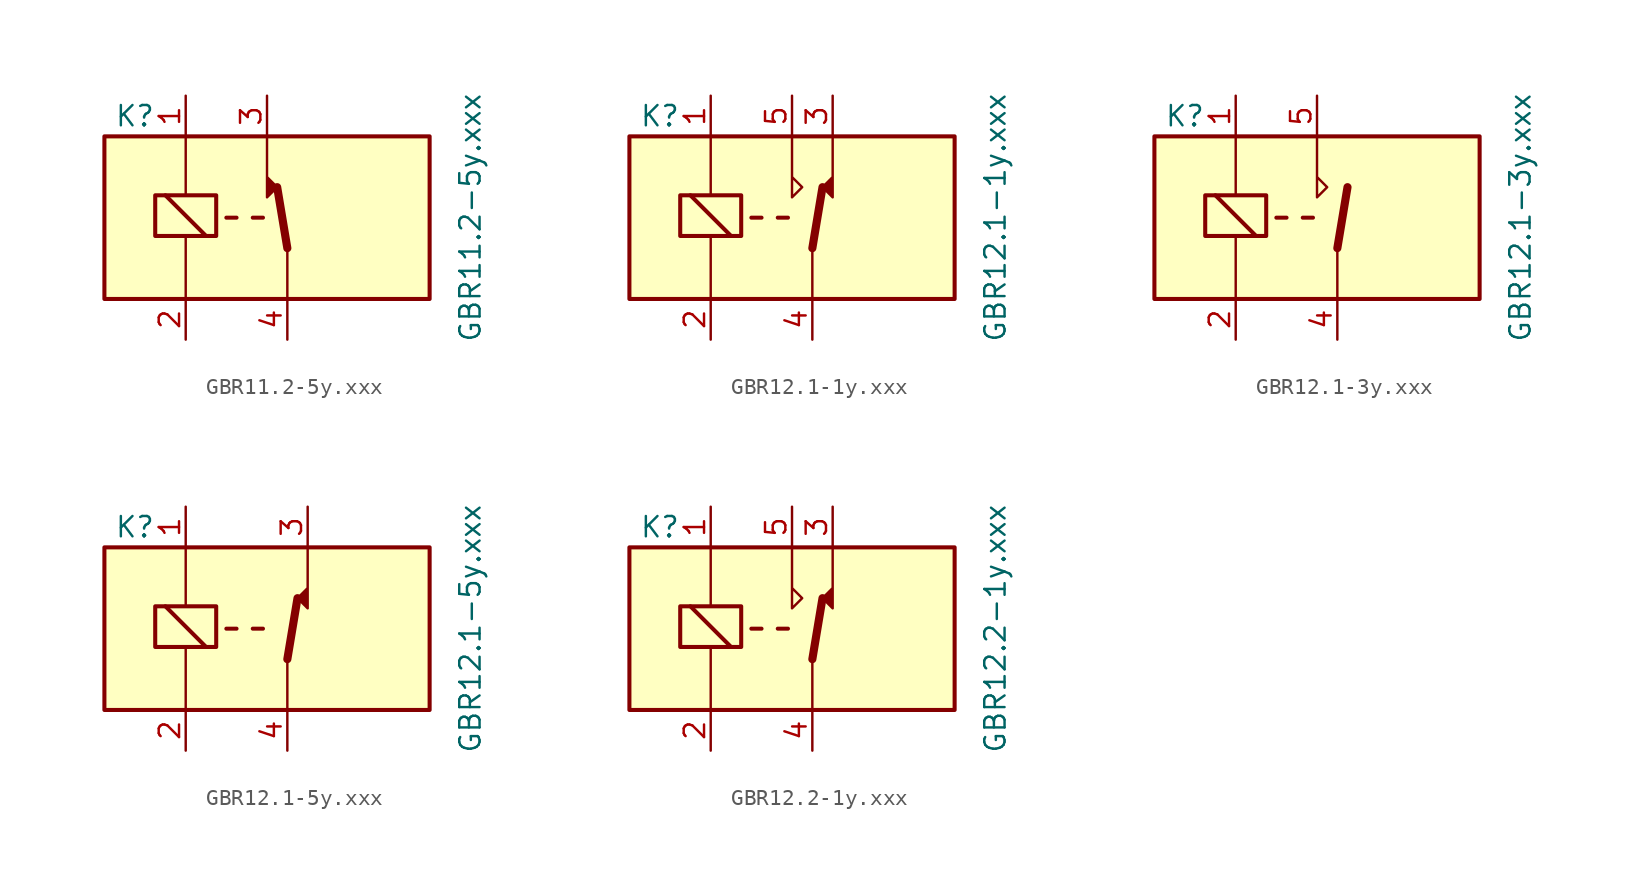
<source format=kicad_sym>
(kicad_symbol_lib
  (version 20211014)
  (generator kicad_symbol_editor)
  (symbol "GBR11.2-5y.xxx"
    (property "Reference" "K"
      (at -9.525 6.35 0)
      (effects (font (size 1.27 1.27))))
    (property "Value" "GBR11.2-5y.xxx"
      (at 11.43 0 90)
      (effects (font (size 1.27 1.27))))
    (symbol "GBR11.2-5y.xxx_1_1"
      (rectangle (start -11.43 5.08) (end 8.89 -5.08) (stroke (width 0.254) (type default) (color 0 0 0 0)) (fill (type background)))
      (rectangle (start -8.255 -1.143) (end -4.445 1.397) (stroke (width 0.254) (type default) (color 0 0 0 0)) (fill (type none)))
      (polyline (pts (xy -6.35 -1.27) (xy -6.35 -4.953)) (stroke (width 0) (type default) (color 0 0 0 0)) (fill (type none)))
      (polyline (pts (xy -6.35 5.08) (xy -6.35 1.397)) (stroke (width 0) (type default) (color 0 0 0 0)) (fill (type none)))
      (polyline (pts (xy -5.08 -1.143) (xy -7.62 1.397)) (stroke (width 0.254) (type default) (color 0 0 0 0)) (fill (type none)))
      (polyline (pts (xy -3.175 0) (xy -3.81 0)) (stroke (width 0.254) (type default) (color 0 0 0 0)) (fill (type none)))
      (polyline (pts (xy -1.524 0) (xy -2.159 0)) (stroke (width 0.254) (type default) (color 0 0 0 0)) (fill (type none)))
      (polyline (pts (xy 0 -1.905) (xy -0.635 1.905)) (stroke (width 0.508) (type default) (color 0 0 0 0)) (fill (type none)))
      (polyline (pts (xy 0 -1.905) (xy 0 -5.08)) (stroke (width 0) (type default) (color 0 0 0 0)) (fill (type none)))
      (polyline (pts (xy -1.27 5.08) (xy -1.27 1.27) (xy -0.635 1.905) (xy -1.27 2.54)) (stroke (width 0) (type default) (color 0 0 0 0)) (fill (type outline)))
      (pin passive line (at -6.35 7.62 270) (length 2.54) (name "~" (effects (font (size 1.27 1.27)))) (number "1" (effects (font (size 1.27 1.27)))))
      (pin passive line (at -6.35 -7.62 90) (length 2.54) (name "~" (effects (font (size 1.27 1.27)))) (number "2" (effects (font (size 1.27 1.27)))))
      (pin passive line (at -1.27 7.62 270) (length 2.54) (name "~" (effects (font (size 1.27 1.27)))) (number "3" (effects (font (size 1.27 1.27)))))
      (pin passive line (at 0 -7.62 90) (length 2.54) (name "~" (effects (font (size 1.27 1.27)))) (number "4" (effects (font (size 1.27 1.27)))))))
  (symbol "GBR12.1-1y.xxx"
    (property "Reference" "K"
      (at -9.525 6.35 0)
      (effects (font (size 1.27 1.27))))
    (property "Value" "GBR12.1-1y.xxx"
      (at 11.43 0 90)
      (effects (font (size 1.27 1.27))))
    (symbol "GBR12.1-1y.xxx_1_1"
      (rectangle (start -11.43 5.08) (end 8.89 -5.08) (stroke (width 0.254) (type default) (color 0 0 0 0)) (fill (type background)))
      (rectangle (start -8.255 -1.143) (end -4.445 1.397) (stroke (width 0.254) (type default) (color 0 0 0 0)) (fill (type none)))
      (polyline (pts (xy -6.35 -1.27) (xy -6.35 -4.953)) (stroke (width 0) (type default) (color 0 0 0 0)) (fill (type none)))
      (polyline (pts (xy -6.35 5.08) (xy -6.35 1.397)) (stroke (width 0) (type default) (color 0 0 0 0)) (fill (type none)))
      (polyline (pts (xy -5.08 -1.143) (xy -7.62 1.397)) (stroke (width 0.254) (type default) (color 0 0 0 0)) (fill (type none)))
      (polyline (pts (xy -3.175 0) (xy -3.81 0)) (stroke (width 0.254) (type default) (color 0 0 0 0)) (fill (type none)))
      (polyline (pts (xy -1.524 0) (xy -2.159 0)) (stroke (width 0.254) (type default) (color 0 0 0 0)) (fill (type none)))
      (polyline (pts (xy 0 -1.905) (xy 0 -5.08)) (stroke (width 0) (type default) (color 0 0 0 0)) (fill (type none)))
      (polyline (pts (xy 0 -1.905) (xy 0.635 1.905)) (stroke (width 0.508) (type default) (color 0 0 0 0)) (fill (type none)))
      (polyline (pts (xy -1.27 5.08) (xy -1.27 1.27) (xy -0.635 1.905) (xy -1.27 2.54)) (stroke (width 0) (type default) (color 0 0 0 0)) (fill (type none)))
      (polyline (pts (xy 1.27 5.08) (xy 1.27 1.27) (xy 0.635 1.905) (xy 1.27 2.54)) (stroke (width 0) (type default) (color 0 0 0 0)) (fill (type outline)))
      (pin passive line (at -6.35 7.62 270) (length 2.54) (name "~" (effects (font (size 1.27 1.27)))) (number "1" (effects (font (size 1.27 1.27)))))
      (pin passive line (at -6.35 -7.62 90) (length 2.54) (name "~" (effects (font (size 1.27 1.27)))) (number "2" (effects (font (size 1.27 1.27)))))
      (pin passive line (at 1.27 7.62 270) (length 2.54) (name "~" (effects (font (size 1.27 1.27)))) (number "3" (effects (font (size 1.27 1.27)))))
      (pin passive line (at 0 -7.62 90) (length 2.54) (name "~" (effects (font (size 1.27 1.27)))) (number "4" (effects (font (size 1.27 1.27)))))
      (pin passive line (at -1.27 7.62 270) (length 2.54) (name "~" (effects (font (size 1.27 1.27)))) (number "5" (effects (font (size 1.27 1.27)))))))
  (symbol "GBR12.1-3y.xxx"
    (property "Reference" "K"
      (at -9.525 6.35 0)
      (effects (font (size 1.27 1.27))))
    (property "Value" "GBR12.1-3y.xxx"
      (at 11.43 0 90)
      (effects (font (size 1.27 1.27))))
    (symbol "GBR12.1-3y.xxx_1_1"
      (rectangle (start -11.43 5.08) (end 8.89 -5.08) (stroke (width 0.254) (type default) (color 0 0 0 0)) (fill (type background)))
      (rectangle (start -8.255 -1.143) (end -4.445 1.397) (stroke (width 0.254) (type default) (color 0 0 0 0)) (fill (type none)))
      (polyline (pts (xy -6.35 -1.27) (xy -6.35 -4.953)) (stroke (width 0) (type default) (color 0 0 0 0)) (fill (type none)))
      (polyline (pts (xy -6.35 5.08) (xy -6.35 1.397)) (stroke (width 0) (type default) (color 0 0 0 0)) (fill (type none)))
      (polyline (pts (xy -5.08 -1.143) (xy -7.62 1.397)) (stroke (width 0.254) (type default) (color 0 0 0 0)) (fill (type none)))
      (polyline (pts (xy -3.175 0) (xy -3.81 0)) (stroke (width 0.254) (type default) (color 0 0 0 0)) (fill (type none)))
      (polyline (pts (xy -1.524 0) (xy -2.159 0)) (stroke (width 0.254) (type default) (color 0 0 0 0)) (fill (type none)))
      (polyline (pts (xy 0 -1.905) (xy 0 -5.08)) (stroke (width 0) (type default) (color 0 0 0 0)) (fill (type none)))
      (polyline (pts (xy 0 -1.905) (xy 0.635 1.905)) (stroke (width 0.508) (type default) (color 0 0 0 0)) (fill (type none)))
      (polyline (pts (xy -1.27 5.08) (xy -1.27 1.27) (xy -0.635 1.905) (xy -1.27 2.54)) (stroke (width 0) (type default) (color 0 0 0 0)) (fill (type none)))
      (pin passive line (at -6.35 7.62 270) (length 2.54) (name "~" (effects (font (size 1.27 1.27)))) (number "1" (effects (font (size 1.27 1.27)))))
      (pin passive line (at -6.35 -7.62 90) (length 2.54) (name "~" (effects (font (size 1.27 1.27)))) (number "2" (effects (font (size 1.27 1.27)))))
      (pin passive line (at 0 -7.62 90) (length 2.54) (name "~" (effects (font (size 1.27 1.27)))) (number "4" (effects (font (size 1.27 1.27)))))
      (pin passive line (at -1.27 7.62 270) (length 2.54) (name "~" (effects (font (size 1.27 1.27)))) (number "5" (effects (font (size 1.27 1.27)))))))
  (symbol "GBR12.1-5y.xxx"
    (property "Reference" "K"
      (at -9.525 6.35 0)
      (effects (font (size 1.27 1.27))))
    (property "Value" "GBR12.1-5y.xxx"
      (at 11.43 0 90)
      (effects (font (size 1.27 1.27))))
    (symbol "GBR12.1-5y.xxx_1_1"
      (rectangle (start -11.43 5.08) (end 8.89 -5.08) (stroke (width 0.254) (type default) (color 0 0 0 0)) (fill (type background)))
      (rectangle (start -8.255 -1.143) (end -4.445 1.397) (stroke (width 0.254) (type default) (color 0 0 0 0)) (fill (type none)))
      (polyline (pts (xy -6.35 -1.27) (xy -6.35 -4.953)) (stroke (width 0) (type default) (color 0 0 0 0)) (fill (type none)))
      (polyline (pts (xy -6.35 5.08) (xy -6.35 1.397)) (stroke (width 0) (type default) (color 0 0 0 0)) (fill (type none)))
      (polyline (pts (xy -5.08 -1.143) (xy -7.62 1.397)) (stroke (width 0.254) (type default) (color 0 0 0 0)) (fill (type none)))
      (polyline (pts (xy -3.175 0) (xy -3.81 0)) (stroke (width 0.254) (type default) (color 0 0 0 0)) (fill (type none)))
      (polyline (pts (xy -1.524 0) (xy -2.159 0)) (stroke (width 0.254) (type default) (color 0 0 0 0)) (fill (type none)))
      (polyline (pts (xy 0 -1.905) (xy 0 -5.08)) (stroke (width 0) (type default) (color 0 0 0 0)) (fill (type none)))
      (polyline (pts (xy 0 -1.905) (xy 0.635 1.905)) (stroke (width 0.508) (type default) (color 0 0 0 0)) (fill (type none)))
      (polyline (pts (xy 1.27 5.08) (xy 1.27 1.27) (xy 0.635 1.905) (xy 1.27 2.54)) (stroke (width 0) (type default) (color 0 0 0 0)) (fill (type outline)))
      (pin passive line (at -6.35 7.62 270) (length 2.54) (name "~" (effects (font (size 1.27 1.27)))) (number "1" (effects (font (size 1.27 1.27)))))
      (pin passive line (at -6.35 -7.62 90) (length 2.54) (name "~" (effects (font (size 1.27 1.27)))) (number "2" (effects (font (size 1.27 1.27)))))
      (pin passive line (at 1.27 7.62 270) (length 2.54) (name "~" (effects (font (size 1.27 1.27)))) (number "3" (effects (font (size 1.27 1.27)))))
      (pin passive line (at 0 -7.62 90) (length 2.54) (name "~" (effects (font (size 1.27 1.27)))) (number "4" (effects (font (size 1.27 1.27)))))))
  (symbol "GBR12.2-1y.xxx"
    (property "Reference" "K"
      (at -9.525 6.35 0)
      (effects (font (size 1.27 1.27))))
    (property "Value" "GBR12.2-1y.xxx"
      (at 11.43 0 90)
      (effects (font (size 1.27 1.27))))
    (symbol "GBR12.2-1y.xxx_1_1"
      (rectangle (start -11.43 5.08) (end 8.89 -5.08) (stroke (width 0.254) (type default) (color 0 0 0 0)) (fill (type background)))
      (rectangle (start -8.255 -1.143) (end -4.445 1.397) (stroke (width 0.254) (type default) (color 0 0 0 0)) (fill (type none)))
      (polyline (pts (xy -6.35 -1.27) (xy -6.35 -4.953)) (stroke (width 0) (type default) (color 0 0 0 0)) (fill (type none)))
      (polyline (pts (xy -6.35 5.08) (xy -6.35 1.397)) (stroke (width 0) (type default) (color 0 0 0 0)) (fill (type none)))
      (polyline (pts (xy -5.08 -1.143) (xy -7.62 1.397)) (stroke (width 0.254) (type default) (color 0 0 0 0)) (fill (type none)))
      (polyline (pts (xy -3.175 0) (xy -3.81 0)) (stroke (width 0.254) (type default) (color 0 0 0 0)) (fill (type none)))
      (polyline (pts (xy -1.524 0) (xy -2.159 0)) (stroke (width 0.254) (type default) (color 0 0 0 0)) (fill (type none)))
      (polyline (pts (xy 0 -1.905) (xy 0 -5.08)) (stroke (width 0) (type default) (color 0 0 0 0)) (fill (type none)))
      (polyline (pts (xy 0 -1.905) (xy 0.635 1.905)) (stroke (width 0.508) (type default) (color 0 0 0 0)) (fill (type none)))
      (polyline (pts (xy -1.27 5.08) (xy -1.27 1.27) (xy -0.635 1.905) (xy -1.27 2.54)) (stroke (width 0) (type default) (color 0 0 0 0)) (fill (type none)))
      (polyline (pts (xy 1.27 5.08) (xy 1.27 1.27) (xy 0.635 1.905) (xy 1.27 2.54)) (stroke (width 0) (type default) (color 0 0 0 0)) (fill (type outline)))
      (pin passive line (at -6.35 7.62 270) (length 2.54) (name "~" (effects (font (size 1.27 1.27)))) (number "1" (effects (font (size 1.27 1.27)))))
      (pin passive line (at -6.35 -7.62 90) (length 2.54) (name "~" (effects (font (size 1.27 1.27)))) (number "2" (effects (font (size 1.27 1.27)))))
      (pin passive line (at 1.27 7.62 270) (length 2.54) (name "~" (effects (font (size 1.27 1.27)))) (number "3" (effects (font (size 1.27 1.27)))))
      (pin passive line (at 0 -7.62 90) (length 2.54) (name "~" (effects (font (size 1.27 1.27)))) (number "4" (effects (font (size 1.27 1.27)))))
      (pin passive line (at -1.27 7.62 270) (length 2.54) (name "~" (effects (font (size 1.27 1.27)))) (number "5" (effects (font (size 1.27 1.27))))))))
</source>
